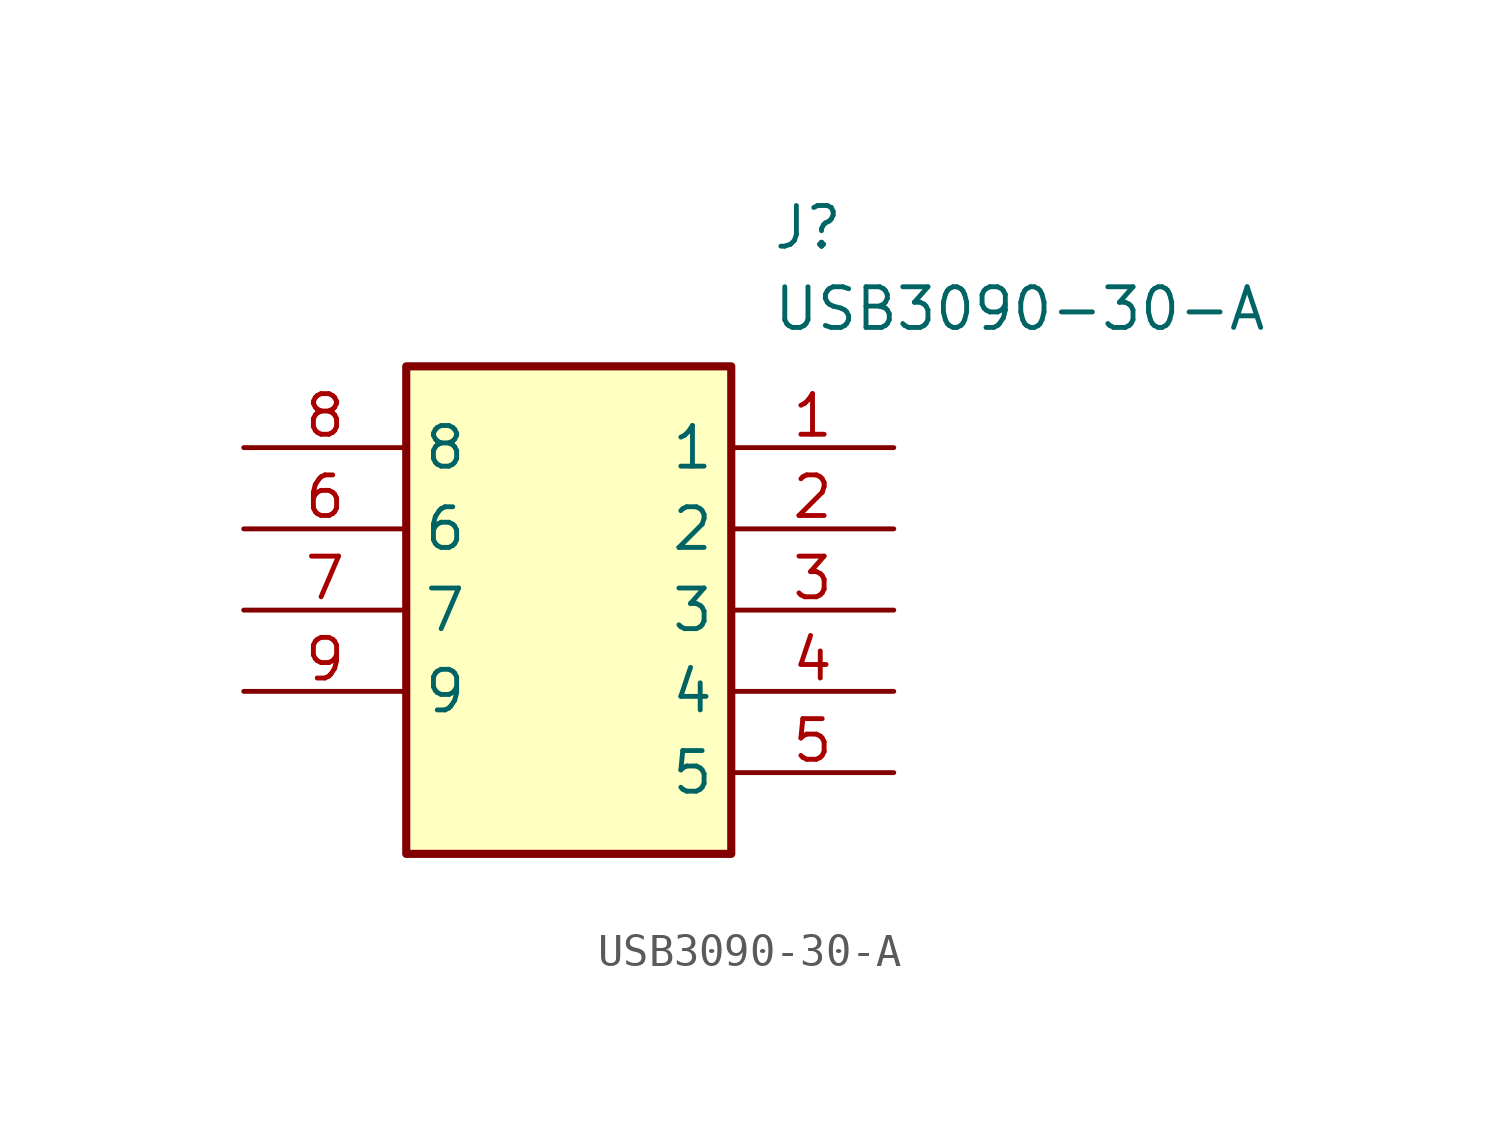
<source format=kicad_sym>
(kicad_symbol_lib
  (version 20211014)
  (generator SamacSys_ECAD_Model)
  (symbol "USB3090-30-A"
    (property "Reference" "J"
      (at 16.51 7.62 0)
      (effects (font (size 1.27 1.27)) (justify left top)))
    (property "Value" "USB3090-30-A"
      (at 16.51 5.08 0)
      (effects (font (size 1.27 1.27)) (justify left top)))
    (rectangle
      (start 5.08 2.54)
      (end 15.24 -12.7)
      (stroke (width 0.254) (type default))
      (fill (type background)))
    (pin passive line
      (at 20.32 0 180)
      (length 5.08)
      (name "1" (effects (font (size 1.27 1.27))))
      (number "1" (effects (font (size 1.27 1.27)))))
    (pin passive line
      (at 20.32 -2.54 180)
      (length 5.08)
      (name "2" (effects (font (size 1.27 1.27))))
      (number "2" (effects (font (size 1.27 1.27)))))
    (pin passive line
      (at 20.32 -5.08 180)
      (length 5.08)
      (name "3" (effects (font (size 1.27 1.27))))
      (number "3" (effects (font (size 1.27 1.27)))))
    (pin passive line
      (at 20.32 -7.62 180)
      (length 5.08)
      (name "4" (effects (font (size 1.27 1.27))))
      (number "4" (effects (font (size 1.27 1.27)))))
    (pin passive line
      (at 20.32 -10.16 180)
      (length 5.08)
      (name "5" (effects (font (size 1.27 1.27))))
      (number "5" (effects (font (size 1.27 1.27)))))
    (pin passive line
      (at 0 -2.54 0)
      (length 5.08)
      (name "6" (effects (font (size 1.27 1.27))))
      (number "6" (effects (font (size 1.27 1.27)))))
    (pin passive line
      (at 0 -5.08 0)
      (length 5.08)
      (name "7" (effects (font (size 1.27 1.27))))
      (number "7" (effects (font (size 1.27 1.27)))))
    (pin passive line
      (at 0 0 0)
      (length 5.08)
      (name "8" (effects (font (size 1.27 1.27))))
      (number "8" (effects (font (size 1.27 1.27)))))
    (pin passive line
      (at 0 -7.62 0)
      (length 5.08)
      (name "9" (effects (font (size 1.27 1.27))))
      (number "9" (effects (font (size 1.27 1.27)))))))
</source>
